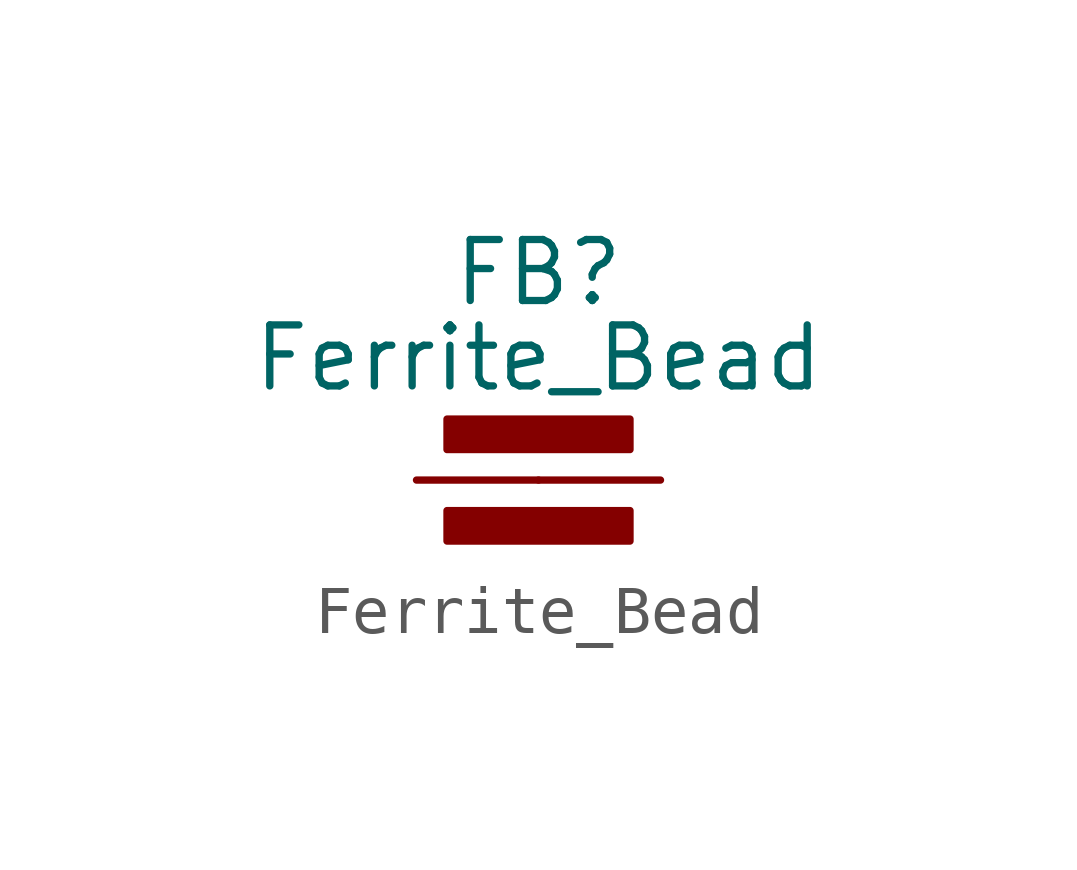
<source format=kicad_sym>
(kicad_symbol_lib
  (version 20231120)
  (generator "kicad_symbol_editor")
  (generator_version "8.0")
  (symbol "Ferrite_Bead"
    (property "Reference" "FB"
      (at 0 4.318 0)
      (effects (font (size 1.27 1.27))))
    (property "Value" "Ferrite_Bead"
      (at 0 2.54 0)
      (effects (font (size 1.27 1.27))))
    (symbol "Ferrite_Bead_1_1"
      (rectangle (start -1.905 -0.635) (end 1.905 -1.27) (stroke (width 0) (type default)) (fill (type outline)))
      (rectangle (start -1.905 1.27) (end 1.905 0.635) (stroke (width 0) (type default)) (fill (type outline)))
      (pin passive line (at -2.54 0 0) (length 2.54) (name "~" (effects (font (size 1.27 1.27)))) (number "1" (effects (font (size 0 0)))))
      (pin passive line (at 2.54 0 180) (length 2.54) (name "~" (effects (font (size 1.27 1.27)))) (number "2" (effects (font (size 0 0))))))))
</source>
